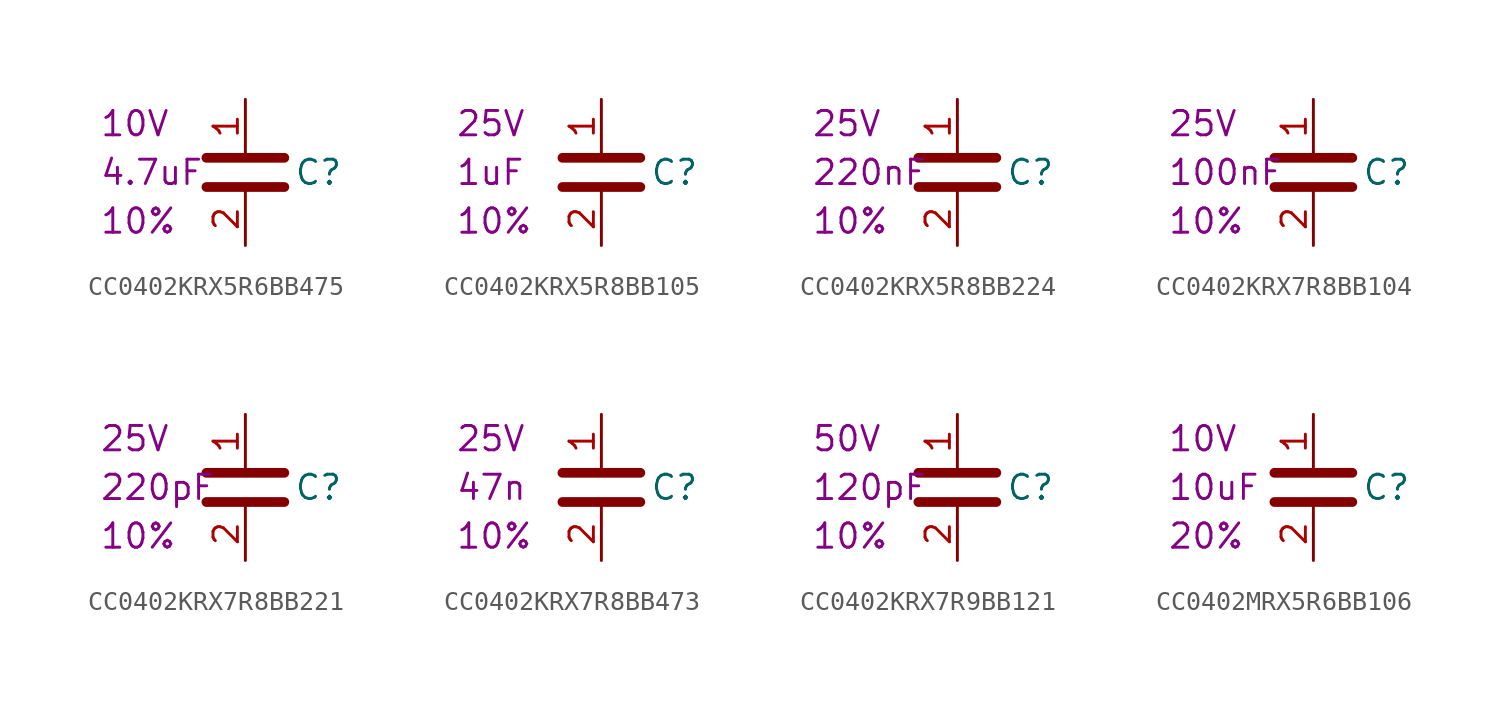
<source format=kicad_sym>
(kicad_symbol_lib
  (version 20231120)
  (generator "kicad_symbol_editor")
  (generator_version "8.0")
  (symbol "CC0402KRX5R6BB475"
    (property "Reference" "C"
      (at 3.81 0 0)
      (effects (font (size 1.27 1.27))))
    (property "Voltage" "10V"
      (at -7.62 2.54 0)
      (effects (font (size 1.27 1.27)) (justify left)))
    (property "Capacitance" "4.7uF"
      (at -7.62 0 0)
      (effects (font (size 1.27 1.27)) (justify left)))
    (property "Tolerance" "10%"
      (at -7.62 -2.54 0)
      (effects (font (size 1.27 1.27)) (justify left)))
    (symbol "CC0402KRX5R6BB475_0_1"
      (polyline (pts (xy -2.032 -0.762) (xy 2.032 -0.762)) (stroke (width 0.508) (type default)) (fill (type none)))
      (polyline (pts (xy -2.032 0.762) (xy 2.032 0.762)) (stroke (width 0.508) (type default)) (fill (type none))))
    (symbol "CC0402KRX5R6BB475_1_1"
      (pin unspecified line (at 0 3.81 270) (length 2.794) (name "~" (effects (font (size 1.27 1.27)))) (number "1" (effects (font (size 1.27 1.27)))))
      (pin unspecified line (at 0 -3.81 90) (length 2.794) (name "~" (effects (font (size 1.27 1.27)))) (number "2" (effects (font (size 1.27 1.27)))))))
  (symbol "CC0402KRX5R8BB105"
    (property "Reference" "C"
      (at 3.81 0 0)
      (effects (font (size 1.27 1.27))))
    (property "Voltage" "25V"
      (at -7.62 2.54 0)
      (effects (font (size 1.27 1.27)) (justify left)))
    (property "Capacitance" "1uF"
      (at -7.62 0 0)
      (effects (font (size 1.27 1.27)) (justify left)))
    (property "Tolerance" "10%"
      (at -7.62 -2.54 0)
      (effects (font (size 1.27 1.27)) (justify left)))
    (symbol "CC0402KRX5R8BB105_0_1"
      (polyline (pts (xy -2.032 -0.762) (xy 2.032 -0.762)) (stroke (width 0.508) (type default)) (fill (type none)))
      (polyline (pts (xy -2.032 0.762) (xy 2.032 0.762)) (stroke (width 0.508) (type default)) (fill (type none))))
    (symbol "CC0402KRX5R8BB105_1_1"
      (pin unspecified line (at 0 3.81 270) (length 2.794) (name "~" (effects (font (size 1.27 1.27)))) (number "1" (effects (font (size 1.27 1.27)))))
      (pin unspecified line (at 0 -3.81 90) (length 2.794) (name "~" (effects (font (size 1.27 1.27)))) (number "2" (effects (font (size 1.27 1.27)))))))
  (symbol "CC0402KRX5R8BB224"
    (property "Reference" "C"
      (at 3.81 0 0)
      (effects (font (size 1.27 1.27))))
    (property "Voltage" "25V"
      (at -7.62 2.54 0)
      (effects (font (size 1.27 1.27)) (justify left)))
    (property "Capacitance" "220nF"
      (at -7.62 0 0)
      (effects (font (size 1.27 1.27)) (justify left)))
    (property "Tolerance" "10%"
      (at -7.62 -2.54 0)
      (effects (font (size 1.27 1.27)) (justify left)))
    (symbol "CC0402KRX5R8BB224_0_1"
      (polyline (pts (xy -2.032 -0.762) (xy 2.032 -0.762)) (stroke (width 0.508) (type default)) (fill (type none)))
      (polyline (pts (xy -2.032 0.762) (xy 2.032 0.762)) (stroke (width 0.508) (type default)) (fill (type none))))
    (symbol "CC0402KRX5R8BB224_1_1"
      (pin unspecified line (at 0 3.81 270) (length 2.794) (name "~" (effects (font (size 1.27 1.27)))) (number "1" (effects (font (size 1.27 1.27)))))
      (pin unspecified line (at 0 -3.81 90) (length 2.794) (name "~" (effects (font (size 1.27 1.27)))) (number "2" (effects (font (size 1.27 1.27)))))))
  (symbol "CC0402KRX7R8BB104"
    (property "Reference" "C"
      (at 3.81 0 0)
      (effects (font (size 1.27 1.27))))
    (property "Voltage" "25V"
      (at -7.62 2.54 0)
      (effects (font (size 1.27 1.27)) (justify left)))
    (property "Capacitance" "100nF"
      (at -7.62 0 0)
      (effects (font (size 1.27 1.27)) (justify left)))
    (property "Tolerance" "10%"
      (at -7.62 -2.54 0)
      (effects (font (size 1.27 1.27)) (justify left)))
    (symbol "CC0402KRX7R8BB104_0_1"
      (polyline (pts (xy -2.032 -0.762) (xy 2.032 -0.762)) (stroke (width 0.508) (type default)) (fill (type none)))
      (polyline (pts (xy -2.032 0.762) (xy 2.032 0.762)) (stroke (width 0.508) (type default)) (fill (type none))))
    (symbol "CC0402KRX7R8BB104_1_1"
      (pin unspecified line (at 0 3.81 270) (length 2.794) (name "~" (effects (font (size 1.27 1.27)))) (number "1" (effects (font (size 1.27 1.27)))))
      (pin unspecified line (at 0 -3.81 90) (length 2.794) (name "~" (effects (font (size 1.27 1.27)))) (number "2" (effects (font (size 1.27 1.27)))))))
  (symbol "CC0402KRX7R8BB221"
    (property "Reference" "C"
      (at 3.81 0 0)
      (effects (font (size 1.27 1.27))))
    (property "Voltage" "25V"
      (at -7.62 2.54 0)
      (effects (font (size 1.27 1.27)) (justify left)))
    (property "Capacitance" "220pF"
      (at -7.62 0 0)
      (effects (font (size 1.27 1.27)) (justify left)))
    (property "Tolerance" "10%"
      (at -7.62 -2.54 0)
      (effects (font (size 1.27 1.27)) (justify left)))
    (symbol "CC0402KRX7R8BB221_0_1"
      (polyline (pts (xy -2.032 -0.762) (xy 2.032 -0.762)) (stroke (width 0.508) (type default)) (fill (type none)))
      (polyline (pts (xy -2.032 0.762) (xy 2.032 0.762)) (stroke (width 0.508) (type default)) (fill (type none))))
    (symbol "CC0402KRX7R8BB221_1_1"
      (pin unspecified line (at 0 3.81 270) (length 2.794) (name "~" (effects (font (size 1.27 1.27)))) (number "1" (effects (font (size 1.27 1.27)))))
      (pin unspecified line (at 0 -3.81 90) (length 2.794) (name "~" (effects (font (size 1.27 1.27)))) (number "2" (effects (font (size 1.27 1.27)))))))
  (symbol "CC0402KRX7R8BB473"
    (property "Reference" "C"
      (at 3.81 0 0)
      (effects (font (size 1.27 1.27))))
    (property "Voltage" "25V"
      (at -7.62 2.54 0)
      (effects (font (size 1.27 1.27)) (justify left)))
    (property "Capacitance" "47n"
      (at -7.62 0 0)
      (effects (font (size 1.27 1.27)) (justify left)))
    (property "Tolerance" "10%"
      (at -7.62 -2.54 0)
      (effects (font (size 1.27 1.27)) (justify left)))
    (symbol "CC0402KRX7R8BB473_0_1"
      (polyline (pts (xy -2.032 -0.762) (xy 2.032 -0.762)) (stroke (width 0.508) (type default)) (fill (type none)))
      (polyline (pts (xy -2.032 0.762) (xy 2.032 0.762)) (stroke (width 0.508) (type default)) (fill (type none))))
    (symbol "CC0402KRX7R8BB473_1_1"
      (pin unspecified line (at 0 3.81 270) (length 2.794) (name "~" (effects (font (size 1.27 1.27)))) (number "1" (effects (font (size 1.27 1.27)))))
      (pin unspecified line (at 0 -3.81 90) (length 2.794) (name "~" (effects (font (size 1.27 1.27)))) (number "2" (effects (font (size 1.27 1.27)))))))
  (symbol "CC0402KRX7R9BB121"
    (property "Reference" "C"
      (at 3.81 0 0)
      (effects (font (size 1.27 1.27))))
    (property "Voltage" "50V"
      (at -7.62 2.54 0)
      (effects (font (size 1.27 1.27)) (justify left)))
    (property "Capacitance" "120pF"
      (at -7.62 0 0)
      (effects (font (size 1.27 1.27)) (justify left)))
    (property "Tolerance" "10%"
      (at -7.62 -2.54 0)
      (effects (font (size 1.27 1.27)) (justify left)))
    (symbol "CC0402KRX7R9BB121_0_1"
      (polyline (pts (xy -2.032 -0.762) (xy 2.032 -0.762)) (stroke (width 0.508) (type default)) (fill (type none)))
      (polyline (pts (xy -2.032 0.762) (xy 2.032 0.762)) (stroke (width 0.508) (type default)) (fill (type none))))
    (symbol "CC0402KRX7R9BB121_1_1"
      (pin unspecified line (at 0 3.81 270) (length 2.794) (name "~" (effects (font (size 1.27 1.27)))) (number "1" (effects (font (size 1.27 1.27)))))
      (pin unspecified line (at 0 -3.81 90) (length 2.794) (name "~" (effects (font (size 1.27 1.27)))) (number "2" (effects (font (size 1.27 1.27)))))))
  (symbol "CC0402MRX5R6BB106"
    (property "Reference" "C"
      (at 3.81 0 0)
      (effects (font (size 1.27 1.27))))
    (property "Voltage" "10V"
      (at -7.62 2.54 0)
      (effects (font (size 1.27 1.27)) (justify left)))
    (property "Capacitance" "10uF"
      (at -7.62 0 0)
      (effects (font (size 1.27 1.27)) (justify left)))
    (property "Tolerance" "20%"
      (at -7.62 -2.54 0)
      (effects (font (size 1.27 1.27)) (justify left)))
    (symbol "CC0402MRX5R6BB106_0_1"
      (polyline (pts (xy -2.032 -0.762) (xy 2.032 -0.762)) (stroke (width 0.508) (type default)) (fill (type none)))
      (polyline (pts (xy -2.032 0.762) (xy 2.032 0.762)) (stroke (width 0.508) (type default)) (fill (type none))))
    (symbol "CC0402MRX5R6BB106_1_1"
      (pin unspecified line (at 0 3.81 270) (length 2.794) (name "~" (effects (font (size 1.27 1.27)))) (number "1" (effects (font (size 1.27 1.27)))))
      (pin unspecified line (at 0 -3.81 90) (length 2.794) (name "~" (effects (font (size 1.27 1.27)))) (number "2" (effects (font (size 1.27 1.27))))))))
</source>
